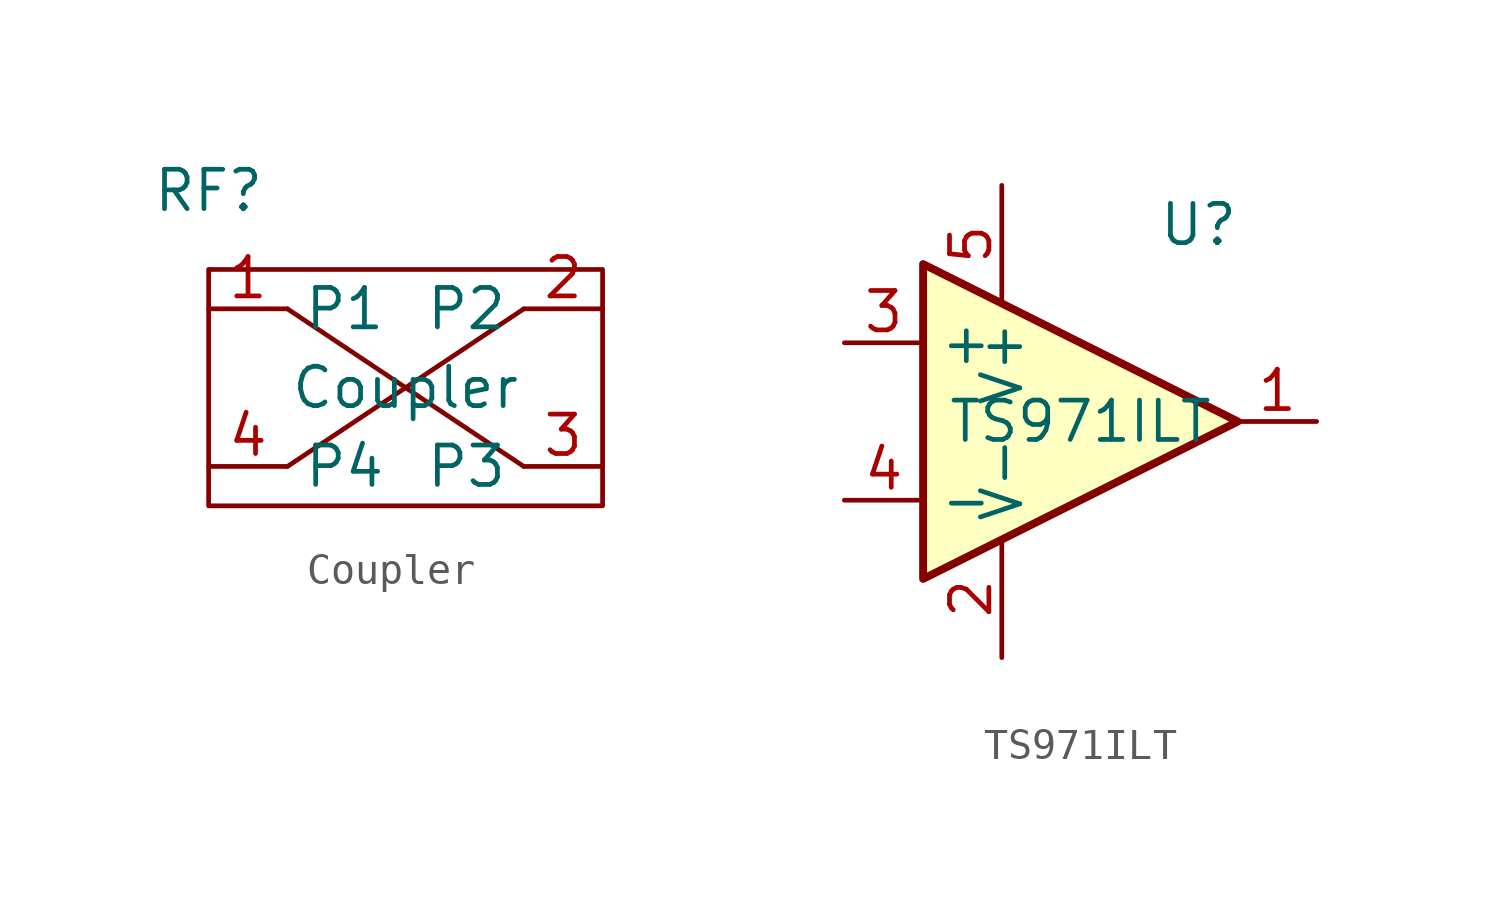
<source format=kicad_sym>
(kicad_symbol_lib
  (version 20210619)
  (generator kicad_symbol_editor)
  (symbol "User_library:Coupler"
    (property "Reference" "RF"
      (at -6.35 6.35 0)
      (effects (font (size 1.27 1.27))))
    (property "Value" "Coupler"
      (at 0 0 0)
      (effects (font (size 1.27 1.27))))
    (symbol "Coupler_0_1"
      (rectangle (start -6.35 3.81) (end 6.35 -3.81) (stroke (width 0.152)) (fill (type none)))
      (polyline (pts (xy -3.81 2.54) (xy 3.81 -2.54)) (stroke (width 0.152)) (fill (type none)))
      (polyline (pts (xy 3.81 2.54) (xy -3.81 -2.54)) (stroke (width 0.152)) (fill (type none))))
    (symbol "Coupler_1_1"
      (pin input line (at -6.35 2.54 0) (length 2.54) (name "P1" (effects (font (size 1.27 1.27)))) (number "1" (effects (font (size 1.27 1.27)))))
      (pin output line (at 6.35 2.54 180) (length 2.54) (name "P2" (effects (font (size 1.27 1.27)))) (number "2" (effects (font (size 1.27 1.27)))))
      (pin output line (at 6.35 -2.54 180) (length 2.54) (name "P3" (effects (font (size 1.27 1.27)))) (number "3" (effects (font (size 1.27 1.27)))))
      (pin output line (at -6.35 -2.54 0) (length 2.54) (name "P4" (effects (font (size 1.27 1.27)))) (number "4" (effects (font (size 1.27 1.27)))))))
  (symbol "User_library:TS971ILT"
    (property "Reference" "U"
      (at 3.81 6.35 0)
      (effects (font (size 1.27 1.27))))
    (property "Value" "TS971ILT"
      (at 0 0 0)
      (effects (font (size 1.27 1.27))))
    (symbol "TS971ILT_0_1"
      (polyline (pts (xy 5.08 0) (xy -5.08 5.08) (xy -5.08 -5.08) (xy 5.08 0)) (stroke (width 0.254)) (fill (type background))))
    (symbol "TS971ILT_1_1"
      (pin output line (at 7.62 0 180) (length 2.54) (name "~" (effects (font (size 1.27 1.27)))) (number "1" (effects (font (size 1.27 1.27)))))
      (pin power_in line (at -2.54 -7.62 90) (length 3.81) (name "V-" (effects (font (size 1.27 1.27)))) (number "2" (effects (font (size 1.27 1.27)))))
      (pin input line (at -7.62 2.54 0) (length 2.54) (name "+" (effects (font (size 1.27 1.27)))) (number "3" (effects (font (size 1.27 1.27)))))
      (pin input line (at -7.62 -2.54 0) (length 2.54) (name "-" (effects (font (size 1.27 1.27)))) (number "4" (effects (font (size 1.27 1.27)))))
      (pin power_in line (at -2.54 7.62 270) (length 3.81) (name "V+" (effects (font (size 1.27 1.27)))) (number "5" (effects (font (size 1.27 1.27))))))))
</source>
